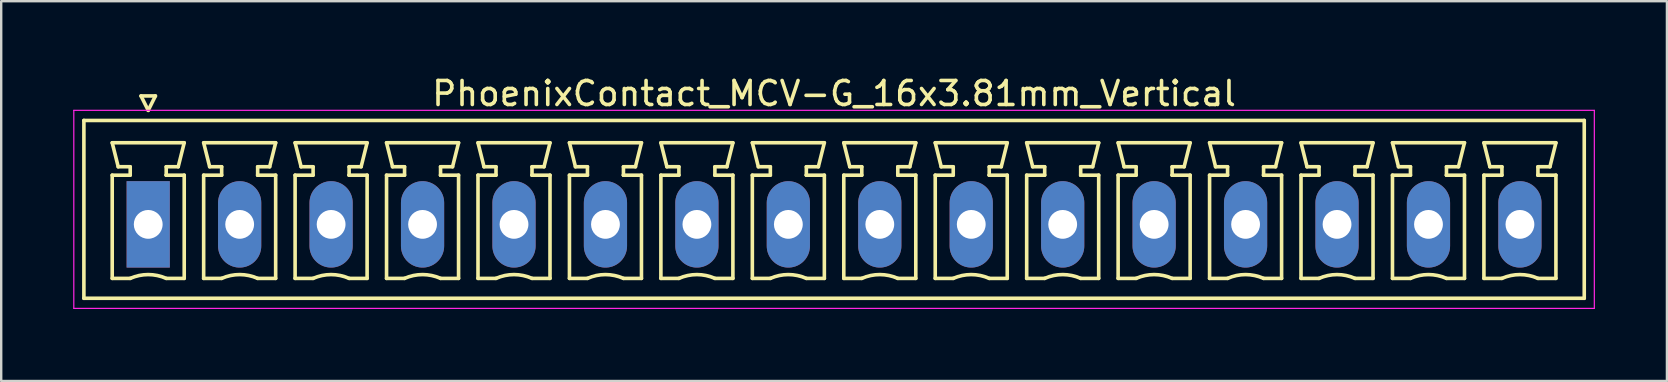
<source format=kicad_pcb>
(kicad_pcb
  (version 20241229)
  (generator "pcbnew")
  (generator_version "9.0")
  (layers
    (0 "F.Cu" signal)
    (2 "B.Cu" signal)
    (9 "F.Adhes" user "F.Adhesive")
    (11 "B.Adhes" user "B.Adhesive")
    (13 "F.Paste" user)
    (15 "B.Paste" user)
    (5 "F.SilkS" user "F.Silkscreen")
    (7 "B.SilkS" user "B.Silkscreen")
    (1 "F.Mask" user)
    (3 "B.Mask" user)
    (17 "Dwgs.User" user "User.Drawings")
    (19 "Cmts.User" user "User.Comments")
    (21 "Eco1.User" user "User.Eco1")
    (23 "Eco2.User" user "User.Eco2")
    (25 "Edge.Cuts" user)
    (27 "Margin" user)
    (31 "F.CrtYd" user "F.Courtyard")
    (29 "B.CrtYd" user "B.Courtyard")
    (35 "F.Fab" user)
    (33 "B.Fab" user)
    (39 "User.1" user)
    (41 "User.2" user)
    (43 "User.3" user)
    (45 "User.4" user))
  (footprint "PhoenixContact_MCV-G_16x3.81mm_Vertical"
    (layer "F.Cu")
    (at 3.125 6.298)
    (property "Reference" "PhoenixContact_MCV-G_16x3.81mm_Vertical" (at 28.575 -5.45 0) (layer "F.SilkS") (effects (font (size 1 1) (thickness 0.15))))
    (attr through_hole)
    (fp_line (start -2.68 -4.33) (end -2.68 3.08) (stroke (width 0.15) (type solid)) (layer "F.SilkS"))
    (fp_line (start -2.68 3.08) (end 59.83 3.08) (stroke (width 0.15) (type solid)) (layer "F.SilkS"))
    (fp_line (start -1.5 -3.4) (end 1.5 -3.4) (stroke (width 0.15) (type solid)) (layer "F.SilkS"))
    (fp_line (start -1.5 -2.05) (end -0.75 -2.05) (stroke (width 0.15) (type solid)) (layer "F.SilkS"))
    (fp_line (start -1.5 2.25) (end -1.5 -2.05) (stroke (width 0.15) (type solid)) (layer "F.SilkS"))
    (fp_line (start -1.25 -2.4) (end -1.5 -3.4) (stroke (width 0.15) (type solid)) (layer "F.SilkS"))
    (fp_line (start -0.75 -2.4) (end -1.25 -2.4) (stroke (width 0.15) (type solid)) (layer "F.SilkS"))
    (fp_line (start -0.75 -2.05) (end -0.75 -2.4) (stroke (width 0.15) (type solid)) (layer "F.SilkS"))
    (fp_line (start -0.75 2.25) (end -1.5 2.25) (stroke (width 0.15) (type solid)) (layer "F.SilkS"))
    (fp_line (start -0.3 -5.35) (end 0 -4.75) (stroke (width 0.15) (type solid)) (layer "F.SilkS"))
    (fp_line (start 0 -4.75) (end 0.3 -5.35) (stroke (width 0.15) (type solid)) (layer "F.SilkS"))
    (fp_line (start 0.3 -5.35) (end -0.3 -5.35) (stroke (width 0.15) (type solid)) (layer "F.SilkS"))
    (fp_line (start 0.75 -2.4) (end 0.75 -2.05) (stroke (width 0.15) (type solid)) (layer "F.SilkS"))
    (fp_line (start 0.75 -2.05) (end 0.75 -2.05) (stroke (width 0.15) (type solid)) (layer "F.SilkS"))
    (fp_line (start 0.75 -2.05) (end 1.5 -2.05) (stroke (width 0.15) (type solid)) (layer "F.SilkS"))
    (fp_line (start 1.25 -2.4) (end 0.75 -2.4) (stroke (width 0.15) (type solid)) (layer "F.SilkS"))
    (fp_line (start 1.5 -3.4) (end 1.25 -2.4) (stroke (width 0.15) (type solid)) (layer "F.SilkS"))
    (fp_line (start 1.5 -2.05) (end 1.5 2.25) (stroke (width 0.15) (type solid)) (layer "F.SilkS"))
    (fp_line (start 1.5 2.25) (end 0.75 2.25) (stroke (width 0.15) (type solid)) (layer "F.SilkS"))
    (fp_line (start 2.31 -3.4) (end 5.31 -3.4) (stroke (width 0.15) (type solid)) (layer "F.SilkS"))
    (fp_line (start 2.31 -2.05) (end 3.06 -2.05) (stroke (width 0.15) (type solid)) (layer "F.SilkS"))
    (fp_line (start 2.31 2.25) (end 2.31 -2.05) (stroke (width 0.15) (type solid)) (layer "F.SilkS"))
    (fp_line (start 2.56 -2.4) (end 2.31 -3.4) (stroke (width 0.15) (type solid)) (layer "F.SilkS"))
    (fp_line (start 3.06 -2.4) (end 2.56 -2.4) (stroke (width 0.15) (type solid)) (layer "F.SilkS"))
    (fp_line (start 3.06 -2.05) (end 3.06 -2.4) (stroke (width 0.15) (type solid)) (layer "F.SilkS"))
    (fp_line (start 3.06 2.25) (end 2.31 2.25) (stroke (width 0.15) (type solid)) (layer "F.SilkS"))
    (fp_line (start 4.56 -2.4) (end 4.56 -2.05) (stroke (width 0.15) (type solid)) (layer "F.SilkS"))
    (fp_line (start 4.56 -2.05) (end 4.56 -2.05) (stroke (width 0.15) (type solid)) (layer "F.SilkS"))
    (fp_line (start 4.56 -2.05) (end 5.31 -2.05) (stroke (width 0.15) (type solid)) (layer "F.SilkS"))
    (fp_line (start 5.06 -2.4) (end 4.56 -2.4) (stroke (width 0.15) (type solid)) (layer "F.SilkS"))
    (fp_line (start 5.31 -3.4) (end 5.06 -2.4) (stroke (width 0.15) (type solid)) (layer "F.SilkS"))
    (fp_line (start 5.31 -2.05) (end 5.31 2.25) (stroke (width 0.15) (type solid)) (layer "F.SilkS"))
    (fp_line (start 5.31 2.25) (end 4.56 2.25) (stroke (width 0.15) (type solid)) (layer "F.SilkS"))
    (fp_line (start 6.12 -3.4) (end 9.12 -3.4) (stroke (width 0.15) (type solid)) (layer "F.SilkS"))
    (fp_line (start 6.12 -2.05) (end 6.87 -2.05) (stroke (width 0.15) (type solid)) (layer "F.SilkS"))
    (fp_line (start 6.12 2.25) (end 6.12 -2.05) (stroke (width 0.15) (type solid)) (layer "F.SilkS"))
    (fp_line (start 6.37 -2.4) (end 6.12 -3.4) (stroke (width 0.15) (type solid)) (layer "F.SilkS"))
    (fp_line (start 6.87 -2.4) (end 6.37 -2.4) (stroke (width 0.15) (type solid)) (layer "F.SilkS"))
    (fp_line (start 6.87 -2.05) (end 6.87 -2.4) (stroke (width 0.15) (type solid)) (layer "F.SilkS"))
    (fp_line (start 6.87 2.25) (end 6.12 2.25) (stroke (width 0.15) (type solid)) (layer "F.SilkS"))
    (fp_line (start 8.37 -2.4) (end 8.37 -2.05) (stroke (width 0.15) (type solid)) (layer "F.SilkS"))
    (fp_line (start 8.37 -2.05) (end 8.37 -2.05) (stroke (width 0.15) (type solid)) (layer "F.SilkS"))
    (fp_line (start 8.37 -2.05) (end 9.12 -2.05) (stroke (width 0.15) (type solid)) (layer "F.SilkS"))
    (fp_line (start 8.87 -2.4) (end 8.37 -2.4) (stroke (width 0.15) (type solid)) (layer "F.SilkS"))
    (fp_line (start 9.12 -3.4) (end 8.87 -2.4) (stroke (width 0.15) (type solid)) (layer "F.SilkS"))
    (fp_line (start 9.12 -2.05) (end 9.12 2.25) (stroke (width 0.15) (type solid)) (layer "F.SilkS"))
    (fp_line (start 9.12 2.25) (end 8.37 2.25) (stroke (width 0.15) (type solid)) (layer "F.SilkS"))
    (fp_line (start 9.93 -3.4) (end 12.93 -3.4) (stroke (width 0.15) (type solid)) (layer "F.SilkS"))
    (fp_line (start 9.93 -2.05) (end 10.68 -2.05) (stroke (width 0.15) (type solid)) (layer "F.SilkS"))
    (fp_line (start 9.93 2.25) (end 9.93 -2.05) (stroke (width 0.15) (type solid)) (layer "F.SilkS"))
    (fp_line (start 10.18 -2.4) (end 9.93 -3.4) (stroke (width 0.15) (type solid)) (layer "F.SilkS"))
    (fp_line (start 10.68 -2.4) (end 10.18 -2.4) (stroke (width 0.15) (type solid)) (layer "F.SilkS"))
    (fp_line (start 10.68 -2.05) (end 10.68 -2.4) (stroke (width 0.15) (type solid)) (layer "F.SilkS"))
    (fp_line (start 10.68 2.25) (end 9.93 2.25) (stroke (width 0.15) (type solid)) (layer "F.SilkS"))
    (fp_line (start 12.18 -2.4) (end 12.18 -2.05) (stroke (width 0.15) (type solid)) (layer "F.SilkS"))
    (fp_line (start 12.18 -2.05) (end 12.18 -2.05) (stroke (width 0.15) (type solid)) (layer "F.SilkS"))
    (fp_line (start 12.18 -2.05) (end 12.93 -2.05) (stroke (width 0.15) (type solid)) (layer "F.SilkS"))
    (fp_line (start 12.68 -2.4) (end 12.18 -2.4) (stroke (width 0.15) (type solid)) (layer "F.SilkS"))
    (fp_line (start 12.93 -3.4) (end 12.68 -2.4) (stroke (width 0.15) (type solid)) (layer "F.SilkS"))
    (fp_line (start 12.93 -2.05) (end 12.93 2.25) (stroke (width 0.15) (type solid)) (layer "F.SilkS"))
    (fp_line (start 12.93 2.25) (end 12.18 2.25) (stroke (width 0.15) (type solid)) (layer "F.SilkS"))
    (fp_line (start 13.74 -3.4) (end 16.74 -3.4) (stroke (width 0.15) (type solid)) (layer "F.SilkS"))
    (fp_line (start 13.74 -2.05) (end 14.49 -2.05) (stroke (width 0.15) (type solid)) (layer "F.SilkS"))
    (fp_line (start 13.74 2.25) (end 13.74 -2.05) (stroke (width 0.15) (type solid)) (layer "F.SilkS"))
    (fp_line (start 13.99 -2.4) (end 13.74 -3.4) (stroke (width 0.15) (type solid)) (layer "F.SilkS"))
    (fp_line (start 14.49 -2.4) (end 13.99 -2.4) (stroke (width 0.15) (type solid)) (layer "F.SilkS"))
    (fp_line (start 14.49 -2.05) (end 14.49 -2.4) (stroke (width 0.15) (type solid)) (layer "F.SilkS"))
    (fp_line (start 14.49 2.25) (end 13.74 2.25) (stroke (width 0.15) (type solid)) (layer "F.SilkS"))
    (fp_line (start 15.99 -2.4) (end 15.99 -2.05) (stroke (width 0.15) (type solid)) (layer "F.SilkS"))
    (fp_line (start 15.99 -2.05) (end 15.99 -2.05) (stroke (width 0.15) (type solid)) (layer "F.SilkS"))
    (fp_line (start 15.99 -2.05) (end 16.74 -2.05) (stroke (width 0.15) (type solid)) (layer "F.SilkS"))
    (fp_line (start 16.49 -2.4) (end 15.99 -2.4) (stroke (width 0.15) (type solid)) (layer "F.SilkS"))
    (fp_line (start 16.74 -3.4) (end 16.49 -2.4) (stroke (width 0.15) (type solid)) (layer "F.SilkS"))
    (fp_line (start 16.74 -2.05) (end 16.74 2.25) (stroke (width 0.15) (type solid)) (layer "F.SilkS"))
    (fp_line (start 16.74 2.25) (end 15.99 2.25) (stroke (width 0.15) (type solid)) (layer "F.SilkS"))
    (fp_line (start 17.55 -3.4) (end 20.55 -3.4) (stroke (width 0.15) (type solid)) (layer "F.SilkS"))
    (fp_line (start 17.55 -2.05) (end 18.3 -2.05) (stroke (width 0.15) (type solid)) (layer "F.SilkS"))
    (fp_line (start 17.55 2.25) (end 17.55 -2.05) (stroke (width 0.15) (type solid)) (layer "F.SilkS"))
    (fp_line (start 17.8 -2.4) (end 17.55 -3.4) (stroke (width 0.15) (type solid)) (layer "F.SilkS"))
    (fp_line (start 18.3 -2.4) (end 17.8 -2.4) (stroke (width 0.15) (type solid)) (layer "F.SilkS"))
    (fp_line (start 18.3 -2.05) (end 18.3 -2.4) (stroke (width 0.15) (type solid)) (layer "F.SilkS"))
    (fp_line (start 18.3 2.25) (end 17.55 2.25) (stroke (width 0.15) (type solid)) (layer "F.SilkS"))
    (fp_line (start 19.8 -2.4) (end 19.8 -2.05) (stroke (width 0.15) (type solid)) (layer "F.SilkS"))
    (fp_line (start 19.8 -2.05) (end 19.8 -2.05) (stroke (width 0.15) (type solid)) (layer "F.SilkS"))
    (fp_line (start 19.8 -2.05) (end 20.55 -2.05) (stroke (width 0.15) (type solid)) (layer "F.SilkS"))
    (fp_line (start 20.3 -2.4) (end 19.8 -2.4) (stroke (width 0.15) (type solid)) (layer "F.SilkS"))
    (fp_line (start 20.55 -3.4) (end 20.3 -2.4) (stroke (width 0.15) (type solid)) (layer "F.SilkS"))
    (fp_line (start 20.55 -2.05) (end 20.55 2.25) (stroke (width 0.15) (type solid)) (layer "F.SilkS"))
    (fp_line (start 20.55 2.25) (end 19.8 2.25) (stroke (width 0.15) (type solid)) (layer "F.SilkS"))
    (fp_line (start 21.36 -3.4) (end 24.36 -3.4) (stroke (width 0.15) (type solid)) (layer "F.SilkS"))
    (fp_line (start 21.36 -2.05) (end 22.11 -2.05) (stroke (width 0.15) (type solid)) (layer "F.SilkS"))
    (fp_line (start 21.36 2.25) (end 21.36 -2.05) (stroke (width 0.15) (type solid)) (layer "F.SilkS"))
    (fp_line (start 21.61 -2.4) (end 21.36 -3.4) (stroke (width 0.15) (type solid)) (layer "F.SilkS"))
    (fp_line (start 22.11 -2.4) (end 21.61 -2.4) (stroke (width 0.15) (type solid)) (layer "F.SilkS"))
    (fp_line (start 22.11 -2.05) (end 22.11 -2.4) (stroke (width 0.15) (type solid)) (layer "F.SilkS"))
    (fp_line (start 22.11 2.25) (end 21.36 2.25) (stroke (width 0.15) (type solid)) (layer "F.SilkS"))
    (fp_line (start 23.61 -2.4) (end 23.61 -2.05) (stroke (width 0.15) (type solid)) (layer "F.SilkS"))
    (fp_line (start 23.61 -2.05) (end 23.61 -2.05) (stroke (width 0.15) (type solid)) (layer "F.SilkS"))
    (fp_line (start 23.61 -2.05) (end 24.36 -2.05) (stroke (width 0.15) (type solid)) (layer "F.SilkS"))
    (fp_line (start 24.11 -2.4) (end 23.61 -2.4) (stroke (width 0.15) (type solid)) (layer "F.SilkS"))
    (fp_line (start 24.36 -3.4) (end 24.11 -2.4) (stroke (width 0.15) (type solid)) (layer "F.SilkS"))
    (fp_line (start 24.36 -2.05) (end 24.36 2.25) (stroke (width 0.15) (type solid)) (layer "F.SilkS"))
    (fp_line (start 24.36 2.25) (end 23.61 2.25) (stroke (width 0.15) (type solid)) (layer "F.SilkS"))
    (fp_line (start 25.17 -3.4) (end 28.17 -3.4) (stroke (width 0.15) (type solid)) (layer "F.SilkS"))
    (fp_line (start 25.17 -2.05) (end 25.92 -2.05) (stroke (width 0.15) (type solid)) (layer "F.SilkS"))
    (fp_line (start 25.17 2.25) (end 25.17 -2.05) (stroke (width 0.15) (type solid)) (layer "F.SilkS"))
    (fp_line (start 25.42 -2.4) (end 25.17 -3.4) (stroke (width 0.15) (type solid)) (layer "F.SilkS"))
    (fp_line (start 25.92 -2.4) (end 25.42 -2.4) (stroke (width 0.15) (type solid)) (layer "F.SilkS"))
    (fp_line (start 25.92 -2.05) (end 25.92 -2.4) (stroke (width 0.15) (type solid)) (layer "F.SilkS"))
    (fp_line (start 25.92 2.25) (end 25.17 2.25) (stroke (width 0.15) (type solid)) (layer "F.SilkS"))
    (fp_line (start 27.42 -2.4) (end 27.42 -2.05) (stroke (width 0.15) (type solid)) (layer "F.SilkS"))
    (fp_line (start 27.42 -2.05) (end 27.42 -2.05) (stroke (width 0.15) (type solid)) (layer "F.SilkS"))
    (fp_line (start 27.42 -2.05) (end 28.17 -2.05) (stroke (width 0.15) (type solid)) (layer "F.SilkS"))
    (fp_line (start 27.92 -2.4) (end 27.42 -2.4) (stroke (width 0.15) (type solid)) (layer "F.SilkS"))
    (fp_line (start 28.17 -3.4) (end 27.92 -2.4) (stroke (width 0.15) (type solid)) (layer "F.SilkS"))
    (fp_line (start 28.17 -2.05) (end 28.17 2.25) (stroke (width 0.15) (type solid)) (layer "F.SilkS"))
    (fp_line (start 28.17 2.25) (end 27.42 2.25) (stroke (width 0.15) (type solid)) (layer "F.SilkS"))
    (fp_line (start 28.98 -3.4) (end 31.98 -3.4) (stroke (width 0.15) (type solid)) (layer "F.SilkS"))
    (fp_line (start 28.98 -2.05) (end 29.73 -2.05) (stroke (width 0.15) (type solid)) (layer "F.SilkS"))
    (fp_line (start 28.98 2.25) (end 28.98 -2.05) (stroke (width 0.15) (type solid)) (layer "F.SilkS"))
    (fp_line (start 29.23 -2.4) (end 28.98 -3.4) (stroke (width 0.15) (type solid)) (layer "F.SilkS"))
    (fp_line (start 29.73 -2.4) (end 29.23 -2.4) (stroke (width 0.15) (type solid)) (layer "F.SilkS"))
    (fp_line (start 29.73 -2.05) (end 29.73 -2.4) (stroke (width 0.15) (type solid)) (layer "F.SilkS"))
    (fp_line (start 29.73 2.25) (end 28.98 2.25) (stroke (width 0.15) (type solid)) (layer "F.SilkS"))
    (fp_line (start 31.23 -2.4) (end 31.23 -2.05) (stroke (width 0.15) (type solid)) (layer "F.SilkS"))
    (fp_line (start 31.23 -2.05) (end 31.23 -2.05) (stroke (width 0.15) (type solid)) (layer "F.SilkS"))
    (fp_line (start 31.23 -2.05) (end 31.98 -2.05) (stroke (width 0.15) (type solid)) (layer "F.SilkS"))
    (fp_line (start 31.73 -2.4) (end 31.23 -2.4) (stroke (width 0.15) (type solid)) (layer "F.SilkS"))
    (fp_line (start 31.98 -3.4) (end 31.73 -2.4) (stroke (width 0.15) (type solid)) (layer "F.SilkS"))
    (fp_line (start 31.98 -2.05) (end 31.98 2.25) (stroke (width 0.15) (type solid)) (layer "F.SilkS"))
    (fp_line (start 31.98 2.25) (end 31.23 2.25) (stroke (width 0.15) (type solid)) (layer "F.SilkS"))
    (fp_line (start 32.79 -3.4) (end 35.79 -3.4) (stroke (width 0.15) (type solid)) (layer "F.SilkS"))
    (fp_line (start 32.79 -2.05) (end 33.54 -2.05) (stroke (width 0.15) (type solid)) (layer "F.SilkS"))
    (fp_line (start 32.79 2.25) (end 32.79 -2.05) (stroke (width 0.15) (type solid)) (layer "F.SilkS"))
    (fp_line (start 33.04 -2.4) (end 32.79 -3.4) (stroke (width 0.15) (type solid)) (layer "F.SilkS"))
    (fp_line (start 33.54 -2.4) (end 33.04 -2.4) (stroke (width 0.15) (type solid)) (layer "F.SilkS"))
    (fp_line (start 33.54 -2.05) (end 33.54 -2.4) (stroke (width 0.15) (type solid)) (layer "F.SilkS"))
    (fp_line (start 33.54 2.25) (end 32.79 2.25) (stroke (width 0.15) (type solid)) (layer "F.SilkS"))
    (fp_line (start 35.04 -2.4) (end 35.04 -2.05) (stroke (width 0.15) (type solid)) (layer "F.SilkS"))
    (fp_line (start 35.04 -2.05) (end 35.04 -2.05) (stroke (width 0.15) (type solid)) (layer "F.SilkS"))
    (fp_line (start 35.04 -2.05) (end 35.79 -2.05) (stroke (width 0.15) (type solid)) (layer "F.SilkS"))
    (fp_line (start 35.54 -2.4) (end 35.04 -2.4) (stroke (width 0.15) (type solid)) (layer "F.SilkS"))
    (fp_line (start 35.79 -3.4) (end 35.54 -2.4) (stroke (width 0.15) (type solid)) (layer "F.SilkS"))
    (fp_line (start 35.79 -2.05) (end 35.79 2.25) (stroke (width 0.15) (type solid)) (layer "F.SilkS"))
    (fp_line (start 35.79 2.25) (end 35.04 2.25) (stroke (width 0.15) (type solid)) (layer "F.SilkS"))
    (fp_line (start 36.6 -3.4) (end 39.6 -3.4) (stroke (width 0.15) (type solid)) (layer "F.SilkS"))
    (fp_line (start 36.6 -2.05) (end 37.35 -2.05) (stroke (width 0.15) (type solid)) (layer "F.SilkS"))
    (fp_line (start 36.6 2.25) (end 36.6 -2.05) (stroke (width 0.15) (type solid)) (layer "F.SilkS"))
    (fp_line (start 36.85 -2.4) (end 36.6 -3.4) (stroke (width 0.15) (type solid)) (layer "F.SilkS"))
    (fp_line (start 37.35 -2.4) (end 36.85 -2.4) (stroke (width 0.15) (type solid)) (layer "F.SilkS"))
    (fp_line (start 37.35 -2.05) (end 37.35 -2.4) (stroke (width 0.15) (type solid)) (layer "F.SilkS"))
    (fp_line (start 37.35 2.25) (end 36.6 2.25) (stroke (width 0.15) (type solid)) (layer "F.SilkS"))
    (fp_line (start 38.85 -2.4) (end 38.85 -2.05) (stroke (width 0.15) (type solid)) (layer "F.SilkS"))
    (fp_line (start 38.85 -2.05) (end 38.85 -2.05) (stroke (width 0.15) (type solid)) (layer "F.SilkS"))
    (fp_line (start 38.85 -2.05) (end 39.6 -2.05) (stroke (width 0.15) (type solid)) (layer "F.SilkS"))
    (fp_line (start 39.35 -2.4) (end 38.85 -2.4) (stroke (width 0.15) (type solid)) (layer "F.SilkS"))
    (fp_line (start 39.6 -3.4) (end 39.35 -2.4) (stroke (width 0.15) (type solid)) (layer "F.SilkS"))
    (fp_line (start 39.6 -2.05) (end 39.6 2.25) (stroke (width 0.15) (type solid)) (layer "F.SilkS"))
    (fp_line (start 39.6 2.25) (end 38.85 2.25) (stroke (width 0.15) (type solid)) (layer "F.SilkS"))
    (fp_line (start 40.41 -3.4) (end 43.41 -3.4) (stroke (width 0.15) (type solid)) (layer "F.SilkS"))
    (fp_line (start 40.41 -2.05) (end 41.16 -2.05) (stroke (width 0.15) (type solid)) (layer "F.SilkS"))
    (fp_line (start 40.41 2.25) (end 40.41 -2.05) (stroke (width 0.15) (type solid)) (layer "F.SilkS"))
    (fp_line (start 40.66 -2.4) (end 40.41 -3.4) (stroke (width 0.15) (type solid)) (layer "F.SilkS"))
    (fp_line (start 41.16 -2.4) (end 40.66 -2.4) (stroke (width 0.15) (type solid)) (layer "F.SilkS"))
    (fp_line (start 41.16 -2.05) (end 41.16 -2.4) (stroke (width 0.15) (type solid)) (layer "F.SilkS"))
    (fp_line (start 41.16 2.25) (end 40.41 2.25) (stroke (width 0.15) (type solid)) (layer "F.SilkS"))
    (fp_line (start 42.66 -2.4) (end 42.66 -2.05) (stroke (width 0.15) (type solid)) (layer "F.SilkS"))
    (fp_line (start 42.66 -2.05) (end 42.66 -2.05) (stroke (width 0.15) (type solid)) (layer "F.SilkS"))
    (fp_line (start 42.66 -2.05) (end 43.41 -2.05) (stroke (width 0.15) (type solid)) (layer "F.SilkS"))
    (fp_line (start 43.16 -2.4) (end 42.66 -2.4) (stroke (width 0.15) (type solid)) (layer "F.SilkS"))
    (fp_line (start 43.41 -3.4) (end 43.16 -2.4) (stroke (width 0.15) (type solid)) (layer "F.SilkS"))
    (fp_line (start 43.41 -2.05) (end 43.41 2.25) (stroke (width 0.15) (type solid)) (layer "F.SilkS"))
    (fp_line (start 43.41 2.25) (end 42.66 2.25) (stroke (width 0.15) (type solid)) (layer "F.SilkS"))
    (fp_line (start 44.22 -3.4) (end 47.22 -3.4) (stroke (width 0.15) (type solid)) (layer "F.SilkS"))
    (fp_line (start 44.22 -2.05) (end 44.97 -2.05) (stroke (width 0.15) (type solid)) (layer "F.SilkS"))
    (fp_line (start 44.22 2.25) (end 44.22 -2.05) (stroke (width 0.15) (type solid)) (layer "F.SilkS"))
    (fp_line (start 44.47 -2.4) (end 44.22 -3.4) (stroke (width 0.15) (type solid)) (layer "F.SilkS"))
    (fp_line (start 44.97 -2.4) (end 44.47 -2.4) (stroke (width 0.15) (type solid)) (layer "F.SilkS"))
    (fp_line (start 44.97 -2.05) (end 44.97 -2.4) (stroke (width 0.15) (type solid)) (layer "F.SilkS"))
    (fp_line (start 44.97 2.25) (end 44.22 2.25) (stroke (width 0.15) (type solid)) (layer "F.SilkS"))
    (fp_line (start 46.47 -2.4) (end 46.47 -2.05) (stroke (width 0.15) (type solid)) (layer "F.SilkS"))
    (fp_line (start 46.47 -2.05) (end 46.47 -2.05) (stroke (width 0.15) (type solid)) (layer "F.SilkS"))
    (fp_line (start 46.47 -2.05) (end 47.22 -2.05) (stroke (width 0.15) (type solid)) (layer "F.SilkS"))
    (fp_line (start 46.97 -2.4) (end 46.47 -2.4) (stroke (width 0.15) (type solid)) (layer "F.SilkS"))
    (fp_line (start 47.22 -3.4) (end 46.97 -2.4) (stroke (width 0.15) (type solid)) (layer "F.SilkS"))
    (fp_line (start 47.22 -2.05) (end 47.22 2.25) (stroke (width 0.15) (type solid)) (layer "F.SilkS"))
    (fp_line (start 47.22 2.25) (end 46.47 2.25) (stroke (width 0.15) (type solid)) (layer "F.SilkS"))
    (fp_line (start 48.03 -3.4) (end 51.03 -3.4) (stroke (width 0.15) (type solid)) (layer "F.SilkS"))
    (fp_line (start 48.03 -2.05) (end 48.78 -2.05) (stroke (width 0.15) (type solid)) (layer "F.SilkS"))
    (fp_line (start 48.03 2.25) (end 48.03 -2.05) (stroke (width 0.15) (type solid)) (layer "F.SilkS"))
    (fp_line (start 48.28 -2.4) (end 48.03 -3.4) (stroke (width 0.15) (type solid)) (layer "F.SilkS"))
    (fp_line (start 48.78 -2.4) (end 48.28 -2.4) (stroke (width 0.15) (type solid)) (layer "F.SilkS"))
    (fp_line (start 48.78 -2.05) (end 48.78 -2.4) (stroke (width 0.15) (type solid)) (layer "F.SilkS"))
    (fp_line (start 48.78 2.25) (end 48.03 2.25) (stroke (width 0.15) (type solid)) (layer "F.SilkS"))
    (fp_line (start 50.28 -2.4) (end 50.28 -2.05) (stroke (width 0.15) (type solid)) (layer "F.SilkS"))
    (fp_line (start 50.28 -2.05) (end 50.28 -2.05) (stroke (width 0.15) (type solid)) (layer "F.SilkS"))
    (fp_line (start 50.28 -2.05) (end 51.03 -2.05) (stroke (width 0.15) (type solid)) (layer "F.SilkS"))
    (fp_line (start 50.78 -2.4) (end 50.28 -2.4) (stroke (width 0.15) (type solid)) (layer "F.SilkS"))
    (fp_line (start 51.03 -3.4) (end 50.78 -2.4) (stroke (width 0.15) (type solid)) (layer "F.SilkS"))
    (fp_line (start 51.03 -2.05) (end 51.03 2.25) (stroke (width 0.15) (type solid)) (layer "F.SilkS"))
    (fp_line (start 51.03 2.25) (end 50.28 2.25) (stroke (width 0.15) (type solid)) (layer "F.SilkS"))
    (fp_line (start 51.84 -3.4) (end 54.84 -3.4) (stroke (width 0.15) (type solid)) (layer "F.SilkS"))
    (fp_line (start 51.84 -2.05) (end 52.59 -2.05) (stroke (width 0.15) (type solid)) (layer "F.SilkS"))
    (fp_line (start 51.84 2.25) (end 51.84 -2.05) (stroke (width 0.15) (type solid)) (layer "F.SilkS"))
    (fp_line (start 52.09 -2.4) (end 51.84 -3.4) (stroke (width 0.15) (type solid)) (layer "F.SilkS"))
    (fp_line (start 52.59 -2.4) (end 52.09 -2.4) (stroke (width 0.15) (type solid)) (layer "F.SilkS"))
    (fp_line (start 52.59 -2.05) (end 52.59 -2.4) (stroke (width 0.15) (type solid)) (layer "F.SilkS"))
    (fp_line (start 52.59 2.25) (end 51.84 2.25) (stroke (width 0.15) (type solid)) (layer "F.SilkS"))
    (fp_line (start 54.09 -2.4) (end 54.09 -2.05) (stroke (width 0.15) (type solid)) (layer "F.SilkS"))
    (fp_line (start 54.09 -2.05) (end 54.09 -2.05) (stroke (width 0.15) (type solid)) (layer "F.SilkS"))
    (fp_line (start 54.09 -2.05) (end 54.84 -2.05) (stroke (width 0.15) (type solid)) (layer "F.SilkS"))
    (fp_line (start 54.59 -2.4) (end 54.09 -2.4) (stroke (width 0.15) (type solid)) (layer "F.SilkS"))
    (fp_line (start 54.84 -3.4) (end 54.59 -2.4) (stroke (width 0.15) (type solid)) (layer "F.SilkS"))
    (fp_line (start 54.84 -2.05) (end 54.84 2.25) (stroke (width 0.15) (type solid)) (layer "F.SilkS"))
    (fp_line (start 54.84 2.25) (end 54.09 2.25) (stroke (width 0.15) (type solid)) (layer "F.SilkS"))
    (fp_line (start 55.65 -3.4) (end 58.65 -3.4) (stroke (width 0.15) (type solid)) (layer "F.SilkS"))
    (fp_line (start 55.65 -2.05) (end 56.4 -2.05) (stroke (width 0.15) (type solid)) (layer "F.SilkS"))
    (fp_line (start 55.65 2.25) (end 55.65 -2.05) (stroke (width 0.15) (type solid)) (layer "F.SilkS"))
    (fp_line (start 55.9 -2.4) (end 55.65 -3.4) (stroke (width 0.15) (type solid)) (layer "F.SilkS"))
    (fp_line (start 56.4 -2.4) (end 55.9 -2.4) (stroke (width 0.15) (type solid)) (layer "F.SilkS"))
    (fp_line (start 56.4 -2.05) (end 56.4 -2.4) (stroke (width 0.15) (type solid)) (layer "F.SilkS"))
    (fp_line (start 56.4 2.25) (end 55.65 2.25) (stroke (width 0.15) (type solid)) (layer "F.SilkS"))
    (fp_line (start 57.9 -2.4) (end 57.9 -2.05) (stroke (width 0.15) (type solid)) (layer "F.SilkS"))
    (fp_line (start 57.9 -2.05) (end 57.9 -2.05) (stroke (width 0.15) (type solid)) (layer "F.SilkS"))
    (fp_line (start 57.9 -2.05) (end 58.65 -2.05) (stroke (width 0.15) (type solid)) (layer "F.SilkS"))
    (fp_line (start 58.4 -2.4) (end 57.9 -2.4) (stroke (width 0.15) (type solid)) (layer "F.SilkS"))
    (fp_line (start 58.65 -3.4) (end 58.4 -2.4) (stroke (width 0.15) (type solid)) (layer "F.SilkS"))
    (fp_line (start 58.65 -2.05) (end 58.65 2.25) (stroke (width 0.15) (type solid)) (layer "F.SilkS"))
    (fp_line (start 58.65 2.25) (end 57.9 2.25) (stroke (width 0.15) (type solid)) (layer "F.SilkS"))
    (fp_line (start 59.83 -4.33) (end -2.68 -4.33) (stroke (width 0.15) (type solid)) (layer "F.SilkS"))
    (fp_line (start 59.83 3.08) (end 59.83 -4.33) (stroke (width 0.15) (type solid)) (layer "F.SilkS"))
    (fp_arc (start -0.75 2.25) (mid -0.000193 2.09191) (end 0.749647 2.249844) (stroke (width 0.15) (type solid)) (layer "F.SilkS"))
    (fp_arc (start 3.06 2.25) (mid 3.809807 2.09191) (end 4.559647 2.249844) (stroke (width 0.15) (type solid)) (layer "F.SilkS"))
    (fp_arc (start 6.87 2.25) (mid 7.619807 2.09191) (end 8.369647 2.249844) (stroke (width 0.15) (type solid)) (layer "F.SilkS"))
    (fp_arc (start 10.68 2.25) (mid 11.429807 2.09191) (end 12.179647 2.249844) (stroke (width 0.15) (type solid)) (layer "F.SilkS"))
    (fp_arc (start 14.49 2.25) (mid 15.239807 2.09191) (end 15.989647 2.249844) (stroke (width 0.15) (type solid)) (layer "F.SilkS"))
    (fp_arc (start 18.3 2.25) (mid 19.049807 2.09191) (end 19.799647 2.249844) (stroke (width 0.15) (type solid)) (layer "F.SilkS"))
    (fp_arc (start 22.11 2.25) (mid 22.859807 2.09191) (end 23.609647 2.249844) (stroke (width 0.15) (type solid)) (layer "F.SilkS"))
    (fp_arc (start 25.92 2.25) (mid 26.669807 2.09191) (end 27.419647 2.249844) (stroke (width 0.15) (type solid)) (layer "F.SilkS"))
    (fp_arc (start 29.73 2.25) (mid 30.479807 2.09191) (end 31.229647 2.249844) (stroke (width 0.15) (type solid)) (layer "F.SilkS"))
    (fp_arc (start 33.54 2.25) (mid 34.289807 2.09191) (end 35.039647 2.249844) (stroke (width 0.15) (type solid)) (layer "F.SilkS"))
    (fp_arc (start 37.35 2.25) (mid 38.099807 2.09191) (end 38.849647 2.249844) (stroke (width 0.15) (type solid)) (layer "F.SilkS"))
    (fp_arc (start 41.16 2.25) (mid 41.909807 2.09191) (end 42.659647 2.249844) (stroke (width 0.15) (type solid)) (layer "F.SilkS"))
    (fp_arc (start 44.97 2.25) (mid 45.719807 2.09191) (end 46.469647 2.249844) (stroke (width 0.15) (type solid)) (layer "F.SilkS"))
    (fp_arc (start 48.78 2.25) (mid 49.529807 2.09191) (end 50.279647 2.249844) (stroke (width 0.15) (type solid)) (layer "F.SilkS"))
    (fp_arc (start 52.59 2.25) (mid 53.339807 2.09191) (end 54.089647 2.249844) (stroke (width 0.15) (type solid)) (layer "F.SilkS"))
    (fp_arc (start 56.4 2.25) (mid 57.149807 2.09191) (end 57.899647 2.249844) (stroke (width 0.15) (type solid)) (layer "F.SilkS"))
    (fp_line (start -3.1 -4.75) (end -3.1 3.5) (stroke (width 0.05) (type solid)) (layer "F.CrtYd"))
    (fp_line (start -3.1 3.5) (end 60.25 3.5) (stroke (width 0.05) (type solid)) (layer "F.CrtYd"))
    (fp_line (start 60.25 -4.75) (end -3.1 -4.75) (stroke (width 0.05) (type solid)) (layer "F.CrtYd"))
    (fp_line (start 60.25 3.5) (end 60.25 -4.75) (stroke (width 0.05) (type solid)) (layer "F.CrtYd"))
    (pad "1" thru_hole rect (at 0 0) (size 1.8 3.6) (drill 1.2) (layers "*.Cu" "*.Mask"))
    (pad "2" thru_hole oval (at 3.81 0) (size 1.8 3.6) (drill 1.2) (layers "*.Cu" "*.Mask"))
    (pad "3" thru_hole oval (at 7.62 0) (size 1.8 3.6) (drill 1.2) (layers "*.Cu" "*.Mask"))
    (pad "4" thru_hole oval (at 11.43 0) (size 1.8 3.6) (drill 1.2) (layers "*.Cu" "*.Mask"))
    (pad "5" thru_hole oval (at 15.24 0) (size 1.8 3.6) (drill 1.2) (layers "*.Cu" "*.Mask"))
    (pad "6" thru_hole oval (at 19.05 0) (size 1.8 3.6) (drill 1.2) (layers "*.Cu" "*.Mask"))
    (pad "7" thru_hole oval (at 22.86 0) (size 1.8 3.6) (drill 1.2) (layers "*.Cu" "*.Mask"))
    (pad "8" thru_hole oval (at 26.67 0) (size 1.8 3.6) (drill 1.2) (layers "*.Cu" "*.Mask"))
    (pad "9" thru_hole oval (at 30.48 0) (size 1.8 3.6) (drill 1.2) (layers "*.Cu" "*.Mask"))
    (pad "10" thru_hole oval (at 34.29 0) (size 1.8 3.6) (drill 1.2) (layers "*.Cu" "*.Mask"))
    (pad "11" thru_hole oval (at 38.1 0) (size 1.8 3.6) (drill 1.2) (layers "*.Cu" "*.Mask"))
    (pad "12" thru_hole oval (at 41.91 0) (size 1.8 3.6) (drill 1.2) (layers "*.Cu" "*.Mask"))
    (pad "13" thru_hole oval (at 45.72 0) (size 1.8 3.6) (drill 1.2) (layers "*.Cu" "*.Mask"))
    (pad "14" thru_hole oval (at 49.53 0) (size 1.8 3.6) (drill 1.2) (layers "*.Cu" "*.Mask"))
    (pad "15" thru_hole oval (at 53.34 0) (size 1.8 3.6) (drill 1.2) (layers "*.Cu" "*.Mask"))
    (pad "16" thru_hole oval (at 57.15 0) (size 1.8 3.6) (drill 1.2) (layers "*.Cu" "*.Mask")))
  (gr_rect
    (start -3 -3)
    (end 66.4 12.823)
    (stroke (width 0.1) (type default))
    (fill no)
    (layer "Edge.Cuts")))
</source>
